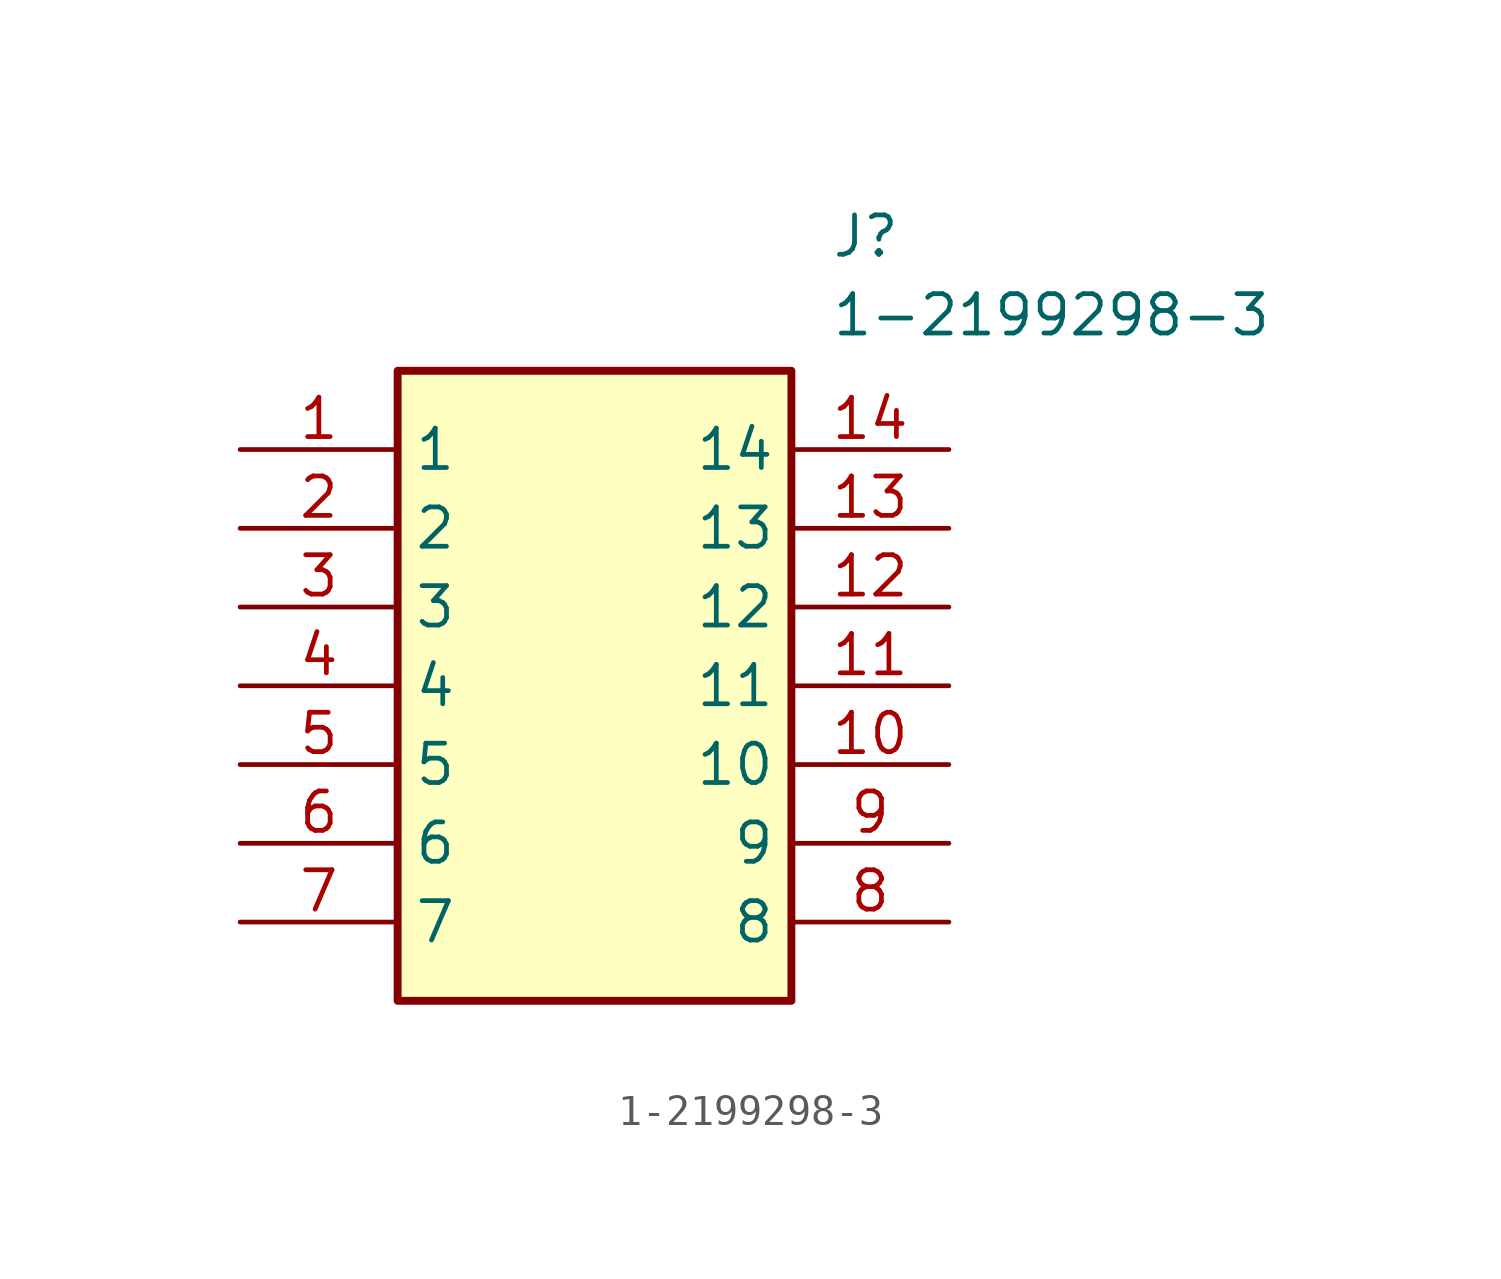
<source format=kicad_sym>
(kicad_symbol_lib
  (version 20211014)
  (generator SamacSys_ECAD_Model)
  (symbol "1-2199298-3"
    (property "Reference" "J"
      (at 19.05 7.62 0)
      (effects (font (size 1.27 1.27)) (justify left top)))
    (property "Value" "1-2199298-3"
      (at 19.05 5.08 0)
      (effects (font (size 1.27 1.27)) (justify left top)))
    (rectangle
      (start 5.08 2.54)
      (end 17.78 -17.78)
      (stroke (width 0.254) (type default))
      (fill (type background)))
    (pin passive line
      (at 0 0 0)
      (length 5.08)
      (name "1" (effects (font (size 1.27 1.27))))
      (number "1" (effects (font (size 1.27 1.27)))))
    (pin passive line
      (at 0 -2.54 0)
      (length 5.08)
      (name "2" (effects (font (size 1.27 1.27))))
      (number "2" (effects (font (size 1.27 1.27)))))
    (pin passive line
      (at 0 -5.08 0)
      (length 5.08)
      (name "3" (effects (font (size 1.27 1.27))))
      (number "3" (effects (font (size 1.27 1.27)))))
    (pin passive line
      (at 0 -7.62 0)
      (length 5.08)
      (name "4" (effects (font (size 1.27 1.27))))
      (number "4" (effects (font (size 1.27 1.27)))))
    (pin passive line
      (at 0 -10.16 0)
      (length 5.08)
      (name "5" (effects (font (size 1.27 1.27))))
      (number "5" (effects (font (size 1.27 1.27)))))
    (pin passive line
      (at 0 -12.7 0)
      (length 5.08)
      (name "6" (effects (font (size 1.27 1.27))))
      (number "6" (effects (font (size 1.27 1.27)))))
    (pin passive line
      (at 0 -15.24 0)
      (length 5.08)
      (name "7" (effects (font (size 1.27 1.27))))
      (number "7" (effects (font (size 1.27 1.27)))))
    (pin passive line
      (at 22.86 0 180)
      (length 5.08)
      (name "14" (effects (font (size 1.27 1.27))))
      (number "14" (effects (font (size 1.27 1.27)))))
    (pin passive line
      (at 22.86 -2.54 180)
      (length 5.08)
      (name "13" (effects (font (size 1.27 1.27))))
      (number "13" (effects (font (size 1.27 1.27)))))
    (pin passive line
      (at 22.86 -5.08 180)
      (length 5.08)
      (name "12" (effects (font (size 1.27 1.27))))
      (number "12" (effects (font (size 1.27 1.27)))))
    (pin passive line
      (at 22.86 -7.62 180)
      (length 5.08)
      (name "11" (effects (font (size 1.27 1.27))))
      (number "11" (effects (font (size 1.27 1.27)))))
    (pin passive line
      (at 22.86 -10.16 180)
      (length 5.08)
      (name "10" (effects (font (size 1.27 1.27))))
      (number "10" (effects (font (size 1.27 1.27)))))
    (pin passive line
      (at 22.86 -12.7 180)
      (length 5.08)
      (name "9" (effects (font (size 1.27 1.27))))
      (number "9" (effects (font (size 1.27 1.27)))))
    (pin passive line
      (at 22.86 -15.24 180)
      (length 5.08)
      (name "8" (effects (font (size 1.27 1.27))))
      (number "8" (effects (font (size 1.27 1.27)))))))
</source>
